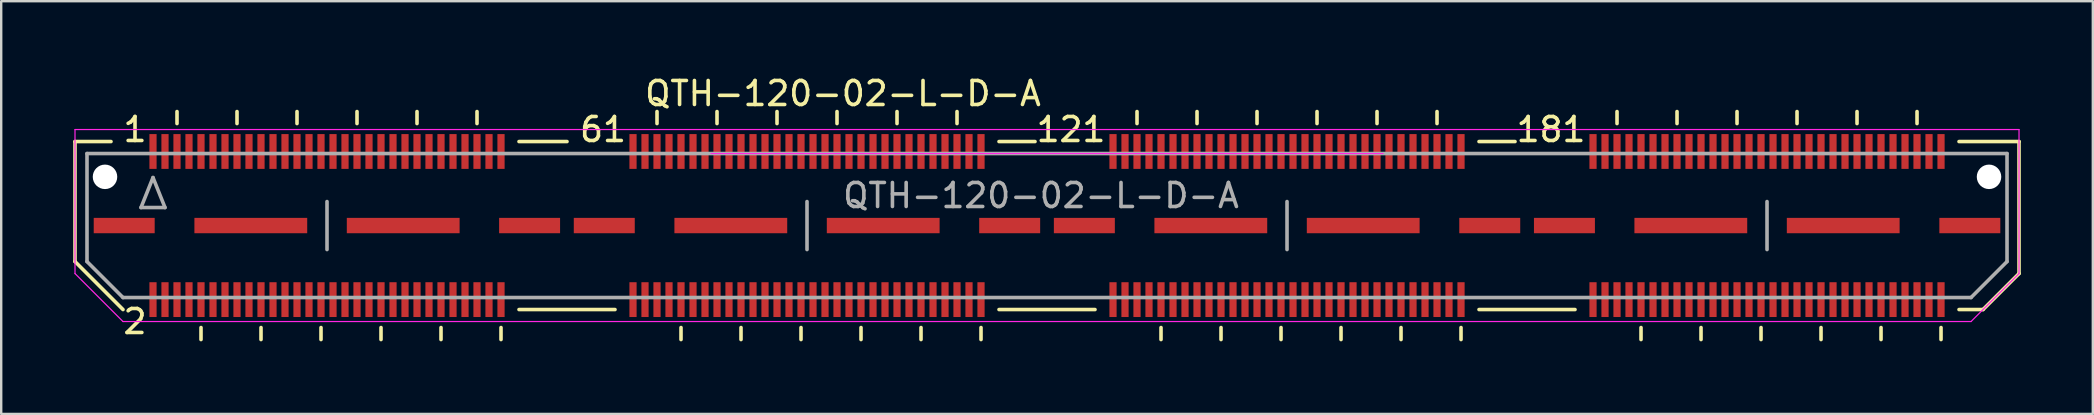
<source format=kicad_pcb>
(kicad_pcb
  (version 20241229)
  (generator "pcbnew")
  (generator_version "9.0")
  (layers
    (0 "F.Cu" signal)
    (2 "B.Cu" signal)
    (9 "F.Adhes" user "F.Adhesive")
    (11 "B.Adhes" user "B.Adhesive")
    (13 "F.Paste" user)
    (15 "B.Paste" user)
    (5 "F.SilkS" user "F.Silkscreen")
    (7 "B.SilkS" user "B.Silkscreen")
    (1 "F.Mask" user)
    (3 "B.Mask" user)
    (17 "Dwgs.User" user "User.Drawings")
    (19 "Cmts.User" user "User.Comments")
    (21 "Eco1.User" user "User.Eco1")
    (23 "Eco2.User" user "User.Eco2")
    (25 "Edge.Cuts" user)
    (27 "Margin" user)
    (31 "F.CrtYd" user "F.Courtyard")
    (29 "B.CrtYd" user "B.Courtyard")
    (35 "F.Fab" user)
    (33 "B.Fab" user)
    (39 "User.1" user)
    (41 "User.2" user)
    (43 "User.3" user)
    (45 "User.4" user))
  (footprint "QTH-120-02-L-D-A"
    (layer "F.Cu")
    (at 40.575 6.348)
    (property "Reference" "QTH-120-02-L-D-A" (at -8.5 -5.5 0) (layer "F.SilkS") (effects (font (size 1 1) (thickness 0.15))))
    (attr smd)
    (fp_line (start -40.5 -3.5) (end -40.5 1.5) (stroke (width 0.15) (type solid)) (layer "F.SilkS"))
    (fp_line (start -40.5 1.5) (end -38.5 3.5) (stroke (width 0.15) (type solid)) (layer "F.SilkS"))
    (fp_line (start -39 -3.5) (end -40.5 -3.5) (stroke (width 0.15) (type solid)) (layer "F.SilkS"))
    (fp_line (start -36.25 -4.25) (end -36.25 -4.75) (stroke (width 0.15) (type solid)) (layer "F.SilkS"))
    (fp_line (start -35.25 4.25) (end -35.25 4.75) (stroke (width 0.15) (type solid)) (layer "F.SilkS"))
    (fp_line (start -33.75 -4.25) (end -33.75 -4.75) (stroke (width 0.15) (type solid)) (layer "F.SilkS"))
    (fp_line (start -32.75 4.25) (end -32.75 4.75) (stroke (width 0.15) (type solid)) (layer "F.SilkS"))
    (fp_line (start -31.25 -4.25) (end -31.25 -4.75) (stroke (width 0.15) (type solid)) (layer "F.SilkS"))
    (fp_line (start -30.25 4.25) (end -30.25 4.75) (stroke (width 0.15) (type solid)) (layer "F.SilkS"))
    (fp_line (start -28.75 -4.25) (end -28.75 -4.75) (stroke (width 0.15) (type solid)) (layer "F.SilkS"))
    (fp_line (start -27.75 4.25) (end -27.75 4.75) (stroke (width 0.15) (type solid)) (layer "F.SilkS"))
    (fp_line (start -26.25 -4.25) (end -26.25 -4.75) (stroke (width 0.15) (type solid)) (layer "F.SilkS"))
    (fp_line (start -25.25 4.25) (end -25.25 4.75) (stroke (width 0.15) (type solid)) (layer "F.SilkS"))
    (fp_line (start -23.75 -4.25) (end -23.75 -4.75) (stroke (width 0.15) (type solid)) (layer "F.SilkS"))
    (fp_line (start -22.75 4.25) (end -22.75 4.75) (stroke (width 0.15) (type solid)) (layer "F.SilkS"))
    (fp_line (start -22 -3.5) (end -20 -3.5) (stroke (width 0.15) (type solid)) (layer "F.SilkS"))
    (fp_line (start -22 3.5) (end -18 3.5) (stroke (width 0.15) (type solid)) (layer "F.SilkS"))
    (fp_line (start -16.25 -4.25) (end -16.25 -4.75) (stroke (width 0.15) (type solid)) (layer "F.SilkS"))
    (fp_line (start -15.25 4.25) (end -15.25 4.75) (stroke (width 0.15) (type solid)) (layer "F.SilkS"))
    (fp_line (start -13.75 -4.25) (end -13.75 -4.75) (stroke (width 0.15) (type solid)) (layer "F.SilkS"))
    (fp_line (start -12.75 4.25) (end -12.75 4.75) (stroke (width 0.15) (type solid)) (layer "F.SilkS"))
    (fp_line (start -11.25 -4.25) (end -11.25 -4.75) (stroke (width 0.15) (type solid)) (layer "F.SilkS"))
    (fp_line (start -10.25 4.25) (end -10.25 4.75) (stroke (width 0.15) (type solid)) (layer "F.SilkS"))
    (fp_line (start -8.75 -4.25) (end -8.75 -4.75) (stroke (width 0.15) (type solid)) (layer "F.SilkS"))
    (fp_line (start -7.75 4.25) (end -7.75 4.75) (stroke (width 0.15) (type solid)) (layer "F.SilkS"))
    (fp_line (start -6.25 -4.25) (end -6.25 -4.75) (stroke (width 0.15) (type solid)) (layer "F.SilkS"))
    (fp_line (start -5.25 4.25) (end -5.25 4.75) (stroke (width 0.15) (type solid)) (layer "F.SilkS"))
    (fp_line (start -3.75 -4.25) (end -3.75 -4.75) (stroke (width 0.15) (type solid)) (layer "F.SilkS"))
    (fp_line (start -2.75 4.75) (end -2.75 4.25) (stroke (width 0.15) (type solid)) (layer "F.SilkS"))
    (fp_line (start -2 -3.5) (end -0.5 -3.5) (stroke (width 0.15) (type solid)) (layer "F.SilkS"))
    (fp_line (start -2 3.5) (end 2 3.5) (stroke (width 0.15) (type solid)) (layer "F.SilkS"))
    (fp_line (start 3.75 -4.25) (end 3.75 -4.75) (stroke (width 0.15) (type solid)) (layer "F.SilkS"))
    (fp_line (start 4.75 4.25) (end 4.75 4.75) (stroke (width 0.15) (type solid)) (layer "F.SilkS"))
    (fp_line (start 6.25 -4.25) (end 6.25 -4.75) (stroke (width 0.15) (type solid)) (layer "F.SilkS"))
    (fp_line (start 7.25 4.25) (end 7.25 4.75) (stroke (width 0.15) (type solid)) (layer "F.SilkS"))
    (fp_line (start 8.75 -4.25) (end 8.75 -4.75) (stroke (width 0.15) (type solid)) (layer "F.SilkS"))
    (fp_line (start 9.75 4.25) (end 9.75 4.75) (stroke (width 0.15) (type solid)) (layer "F.SilkS"))
    (fp_line (start 11.25 -4.25) (end 11.25 -4.75) (stroke (width 0.15) (type solid)) (layer "F.SilkS"))
    (fp_line (start 12.25 4.25) (end 12.25 4.75) (stroke (width 0.15) (type solid)) (layer "F.SilkS"))
    (fp_line (start 13.75 -4.25) (end 13.75 -4.75) (stroke (width 0.15) (type solid)) (layer "F.SilkS"))
    (fp_line (start 14.75 4.25) (end 14.75 4.75) (stroke (width 0.15) (type solid)) (layer "F.SilkS"))
    (fp_line (start 16.25 -4.25) (end 16.25 -4.75) (stroke (width 0.15) (type solid)) (layer "F.SilkS"))
    (fp_line (start 17.25 4.25) (end 17.25 4.75) (stroke (width 0.15) (type solid)) (layer "F.SilkS"))
    (fp_line (start 18 3.5) (end 22 3.5) (stroke (width 0.15) (type solid)) (layer "F.SilkS"))
    (fp_line (start 19.5 -3.5) (end 18 -3.5) (stroke (width 0.15) (type solid)) (layer "F.SilkS"))
    (fp_line (start 23.75 -4.25) (end 23.75 -4.75) (stroke (width 0.15) (type solid)) (layer "F.SilkS"))
    (fp_line (start 24.75 4.25) (end 24.75 4.75) (stroke (width 0.15) (type solid)) (layer "F.SilkS"))
    (fp_line (start 26.25 -4.25) (end 26.25 -4.75) (stroke (width 0.15) (type solid)) (layer "F.SilkS"))
    (fp_line (start 27.25 4.25) (end 27.25 4.75) (stroke (width 0.15) (type solid)) (layer "F.SilkS"))
    (fp_line (start 28.75 -4.25) (end 28.75 -4.75) (stroke (width 0.15) (type solid)) (layer "F.SilkS"))
    (fp_line (start 29.75 4.25) (end 29.75 4.75) (stroke (width 0.15) (type solid)) (layer "F.SilkS"))
    (fp_line (start 31.25 -4.25) (end 31.25 -4.75) (stroke (width 0.15) (type solid)) (layer "F.SilkS"))
    (fp_line (start 32.25 4.25) (end 32.25 4.75) (stroke (width 0.15) (type solid)) (layer "F.SilkS"))
    (fp_line (start 33.75 -4.25) (end 33.75 -4.75) (stroke (width 0.15) (type solid)) (layer "F.SilkS"))
    (fp_line (start 34.75 4.25) (end 34.75 4.75) (stroke (width 0.15) (type solid)) (layer "F.SilkS"))
    (fp_line (start 36.25 -4.25) (end 36.25 -4.75) (stroke (width 0.15) (type solid)) (layer "F.SilkS"))
    (fp_line (start 37.25 4.25) (end 37.25 4.75) (stroke (width 0.15) (type solid)) (layer "F.SilkS"))
    (fp_line (start 38 3.5) (end 39 3.5) (stroke (width 0.15) (type solid)) (layer "F.SilkS"))
    (fp_line (start 39 3.5) (end 40.5 2) (stroke (width 0.15) (type solid)) (layer "F.SilkS"))
    (fp_line (start 40.5 -3.5) (end 38 -3.5) (stroke (width 0.15) (type solid)) (layer "F.SilkS"))
    (fp_line (start 40.5 2) (end 40.5 -3.5) (stroke (width 0.15) (type solid)) (layer "F.SilkS"))
    (fp_line (start -40.5 -4) (end -40.5 2) (stroke (width 0.05) (type solid)) (layer "F.CrtYd"))
    (fp_line (start -40.5 -4) (end 40.5 -4) (stroke (width 0.05) (type solid)) (layer "F.CrtYd"))
    (fp_line (start -40.5 2) (end -38.5 4) (stroke (width 0.05) (type solid)) (layer "F.CrtYd"))
    (fp_line (start -14 -3) (end 14 -3) (stroke (width 0.05) (type solid)) (layer "F.CrtYd"))
    (fp_line (start 38.5 4) (end -38.5 4) (stroke (width 0.05) (type solid)) (layer "F.CrtYd"))
    (fp_line (start 40.5 -4) (end 40.5 2) (stroke (width 0.05) (type solid)) (layer "F.CrtYd"))
    (fp_line (start 40.5 2) (end 38.5 4) (stroke (width 0.05) (type solid)) (layer "F.CrtYd"))
    (fp_line (start -40 -3) (end -40 1.5) (stroke (width 0.15) (type solid)) (layer "F.Fab"))
    (fp_line (start -40 1.5) (end -38.5 3) (stroke (width 0.15) (type solid)) (layer "F.Fab"))
    (fp_line (start -38.5 3) (end 38.5 3) (stroke (width 0.15) (type solid)) (layer "F.Fab"))
    (fp_line (start -37.75 -0.75) (end -36.75 -0.75) (stroke (width 0.15) (type solid)) (layer "F.Fab"))
    (fp_line (start -37.25 -2) (end -37.75 -0.75) (stroke (width 0.15) (type solid)) (layer "F.Fab"))
    (fp_line (start -36.75 -0.75) (end -37.25 -2) (stroke (width 0.15) (type solid)) (layer "F.Fab"))
    (fp_line (start -30 -1) (end -30 1) (stroke (width 0.15) (type solid)) (layer "F.Fab"))
    (fp_line (start -10 -1) (end -10 1) (stroke (width 0.15) (type solid)) (layer "F.Fab"))
    (fp_line (start 10 -1) (end 10 1) (stroke (width 0.15) (type solid)) (layer "F.Fab"))
    (fp_line (start 30 -1) (end 30 1) (stroke (width 0.15) (type solid)) (layer "F.Fab"))
    (fp_line (start 40 -3) (end -40 -3) (stroke (width 0.15) (type solid)) (layer "F.Fab"))
    (fp_line (start 40 1.5) (end 38.5 3) (stroke (width 0.15) (type solid)) (layer "F.Fab"))
    (fp_line (start 40 1.5) (end 40 -3) (stroke (width 0.15) (type solid)) (layer "F.Fab"))
    (fp_text user "2" (at -38 4 0) (layer "F.SilkS") (effects (font (size 1 1) (thickness 0.15))))
    (fp_text user "181" (at 21 -4 0) (layer "F.SilkS") (effects (font (size 1 1) (thickness 0.15))))
    (fp_text user "61" (at -18.5 -4 0) (layer "F.SilkS") (effects (font (size 1 1) (thickness 0.15))))
    (fp_text user "1" (at -38 -4 0) (layer "F.SilkS") (effects (font (size 1 1) (thickness 0.15))))
    (fp_text user "121" (at 1 -4 0) (layer "F.SilkS") (effects (font (size 1 1) (thickness 0.15))))
    (fp_text user "${REFERENCE}" (at -0.25 -1.25 0) (layer "F.Fab") (effects (font (size 1 1) (thickness 0.15))))
    (pad "" np_thru_hole circle (at -39.25 -2.03) (size 1.02 1.02) (drill 1.02) (layers "*.Cu" "*.Mask"))
    (pad "" np_thru_hole circle (at 39.25 -2.03) (size 1.02 1.02) (drill 1.02) (layers "*.Cu" "*.Mask"))
    (pad "1" smd rect (at -37.25 -3.086) (size 0.3 1.45) (layers "F.Cu" "F.Mask" "F.Paste"))
    (pad "2" smd rect (at -37.25 3.086) (size 0.3 1.45) (layers "F.Cu" "F.Mask" "F.Paste"))
    (pad "3" smd rect (at -36.75 -3.086) (size 0.3 1.45) (layers "F.Cu" "F.Mask" "F.Paste"))
    (pad "4" smd rect (at -36.75 3.086) (size 0.3 1.45) (layers "F.Cu" "F.Mask" "F.Paste"))
    (pad "5" smd rect (at -36.25 -3.086) (size 0.3 1.45) (layers "F.Cu" "F.Mask" "F.Paste"))
    (pad "6" smd rect (at -36.25 3.086) (size 0.3 1.45) (layers "F.Cu" "F.Mask" "F.Paste"))
    (pad "7" smd rect (at -35.75 -3.086) (size 0.3 1.45) (layers "F.Cu" "F.Mask" "F.Paste"))
    (pad "8" smd rect (at -35.75 3.086) (size 0.3 1.45) (layers "F.Cu" "F.Mask" "F.Paste"))
    (pad "9" smd rect (at -35.25 -3.086) (size 0.3 1.45) (layers "F.Cu" "F.Mask" "F.Paste"))
    (pad "10" smd rect (at -35.25 3.086) (size 0.3 1.45) (layers "F.Cu" "F.Mask" "F.Paste"))
    (pad "11" smd rect (at -34.75 -3.086) (size 0.3 1.45) (layers "F.Cu" "F.Mask" "F.Paste"))
    (pad "12" smd rect (at -34.75 3.086) (size 0.3 1.45) (layers "F.Cu" "F.Mask" "F.Paste"))
    (pad "13" smd rect (at -34.25 -3.086) (size 0.3 1.45) (layers "F.Cu" "F.Mask" "F.Paste"))
    (pad "14" smd rect (at -34.25 3.086) (size 0.3 1.45) (layers "F.Cu" "F.Mask" "F.Paste"))
    (pad "15" smd rect (at -33.75 -3.086) (size 0.3 1.45) (layers "F.Cu" "F.Mask" "F.Paste"))
    (pad "16" smd rect (at -33.75 3.086) (size 0.3 1.45) (layers "F.Cu" "F.Mask" "F.Paste"))
    (pad "17" smd rect (at -33.25 -3.086) (size 0.3 1.45) (layers "F.Cu" "F.Mask" "F.Paste"))
    (pad "18" smd rect (at -33.25 3.086) (size 0.3 1.45) (layers "F.Cu" "F.Mask" "F.Paste"))
    (pad "19" smd rect (at -32.75 -3.086) (size 0.3 1.45) (layers "F.Cu" "F.Mask" "F.Paste"))
    (pad "20" smd rect (at -32.75 3.086) (size 0.3 1.45) (layers "F.Cu" "F.Mask" "F.Paste"))
    (pad "21" smd rect (at -32.25 -3.086) (size 0.3 1.45) (layers "F.Cu" "F.Mask" "F.Paste"))
    (pad "22" smd rect (at -32.25 3.086) (size 0.3 1.45) (layers "F.Cu" "F.Mask" "F.Paste"))
    (pad "23" smd rect (at -31.75 -3.086) (size 0.3 1.45) (layers "F.Cu" "F.Mask" "F.Paste"))
    (pad "24" smd rect (at -31.75 3.086) (size 0.3 1.45) (layers "F.Cu" "F.Mask" "F.Paste"))
    (pad "25" smd rect (at -31.25 -3.086) (size 0.3 1.45) (layers "F.Cu" "F.Mask" "F.Paste"))
    (pad "26" smd rect (at -31.25 3.086) (size 0.3 1.45) (layers "F.Cu" "F.Mask" "F.Paste"))
    (pad "27" smd rect (at -30.75 -3.086) (size 0.3 1.45) (layers "F.Cu" "F.Mask" "F.Paste"))
    (pad "28" smd rect (at -30.75 3.086) (size 0.3 1.45) (layers "F.Cu" "F.Mask" "F.Paste"))
    (pad "29" smd rect (at -30.25 -3.086) (size 0.3 1.45) (layers "F.Cu" "F.Mask" "F.Paste"))
    (pad "30" smd rect (at -30.25 3.086) (size 0.3 1.45) (layers "F.Cu" "F.Mask" "F.Paste"))
    (pad "31" smd rect (at -29.75 -3.086) (size 0.3 1.45) (layers "F.Cu" "F.Mask" "F.Paste"))
    (pad "32" smd rect (at -29.75 3.086) (size 0.3 1.45) (layers "F.Cu" "F.Mask" "F.Paste"))
    (pad "33" smd rect (at -29.25 -3.086) (size 0.3 1.45) (layers "F.Cu" "F.Mask" "F.Paste"))
    (pad "34" smd rect (at -29.25 3.086) (size 0.3 1.45) (layers "F.Cu" "F.Mask" "F.Paste"))
    (pad "35" smd rect (at -28.75 -3.086) (size 0.3 1.45) (layers "F.Cu" "F.Mask" "F.Paste"))
    (pad "36" smd rect (at -28.75 3.086) (size 0.3 1.45) (layers "F.Cu" "F.Mask" "F.Paste"))
    (pad "37" smd rect (at -28.25 -3.086) (size 0.3 1.45) (layers "F.Cu" "F.Mask" "F.Paste"))
    (pad "38" smd rect (at -28.25 3.086) (size 0.3 1.45) (layers "F.Cu" "F.Mask" "F.Paste"))
    (pad "39" smd rect (at -27.75 -3.086) (size 0.3 1.45) (layers "F.Cu" "F.Mask" "F.Paste"))
    (pad "40" smd rect (at -27.75 3.086) (size 0.3 1.45) (layers "F.Cu" "F.Mask" "F.Paste"))
    (pad "41" smd rect (at -27.25 -3.086) (size 0.3 1.45) (layers "F.Cu" "F.Mask" "F.Paste"))
    (pad "42" smd rect (at -27.25 3.086) (size 0.3 1.45) (layers "F.Cu" "F.Mask" "F.Paste"))
    (pad "43" smd rect (at -26.75 -3.086) (size 0.3 1.45) (layers "F.Cu" "F.Mask" "F.Paste"))
    (pad "44" smd rect (at -26.75 3.086) (size 0.3 1.45) (layers "F.Cu" "F.Mask" "F.Paste"))
    (pad "45" smd rect (at -26.25 -3.086) (size 0.3 1.45) (layers "F.Cu" "F.Mask" "F.Paste"))
    (pad "46" smd rect (at -26.25 3.086) (size 0.3 1.45) (layers "F.Cu" "F.Mask" "F.Paste"))
    (pad "47" smd rect (at -25.75 -3.086) (size 0.3 1.45) (layers "F.Cu" "F.Mask" "F.Paste"))
    (pad "48" smd rect (at -25.75 3.086) (size 0.3 1.45) (layers "F.Cu" "F.Mask" "F.Paste"))
    (pad "49" smd rect (at -25.25 -3.086) (size 0.3 1.45) (layers "F.Cu" "F.Mask" "F.Paste"))
    (pad "50" smd rect (at -25.25 3.086) (size 0.3 1.45) (layers "F.Cu" "F.Mask" "F.Paste"))
    (pad "51" smd rect (at -24.75 -3.086) (size 0.3 1.45) (layers "F.Cu" "F.Mask" "F.Paste"))
    (pad "52" smd rect (at -24.75 3.086) (size 0.3 1.45) (layers "F.Cu" "F.Mask" "F.Paste"))
    (pad "53" smd rect (at -24.25 -3.086) (size 0.3 1.45) (layers "F.Cu" "F.Mask" "F.Paste"))
    (pad "54" smd rect (at -24.25 3.086) (size 0.3 1.45) (layers "F.Cu" "F.Mask" "F.Paste"))
    (pad "55" smd rect (at -23.75 -3.086) (size 0.3 1.45) (layers "F.Cu" "F.Mask" "F.Paste"))
    (pad "56" smd rect (at -23.75 3.086) (size 0.3 1.45) (layers "F.Cu" "F.Mask" "F.Paste"))
    (pad "57" smd rect (at -23.25 -3.086) (size 0.3 1.45) (layers "F.Cu" "F.Mask" "F.Paste"))
    (pad "58" smd rect (at -23.25 3.086) (size 0.3 1.45) (layers "F.Cu" "F.Mask" "F.Paste"))
    (pad "59" smd rect (at -22.75 -3.086) (size 0.3 1.45) (layers "F.Cu" "F.Mask" "F.Paste"))
    (pad "60" smd rect (at -22.75 3.086) (size 0.3 1.45) (layers "F.Cu" "F.Mask" "F.Paste"))
    (pad "61" smd rect (at -17.25 -3.086) (size 0.3 1.45) (layers "F.Cu" "F.Mask" "F.Paste"))
    (pad "62" smd rect (at -17.25 3.086) (size 0.3 1.45) (layers "F.Cu" "F.Mask" "F.Paste"))
    (pad "63" smd rect (at -16.75 -3.086) (size 0.3 1.45) (layers "F.Cu" "F.Mask" "F.Paste"))
    (pad "64" smd rect (at -16.75 3.086) (size 0.3 1.45) (layers "F.Cu" "F.Mask" "F.Paste"))
    (pad "65" smd rect (at -16.25 -3.086) (size 0.3 1.45) (layers "F.Cu" "F.Mask" "F.Paste"))
    (pad "66" smd rect (at -16.25 3.086) (size 0.3 1.45) (layers "F.Cu" "F.Mask" "F.Paste"))
    (pad "67" smd rect (at -15.75 -3.086) (size 0.3 1.45) (layers "F.Cu" "F.Mask" "F.Paste"))
    (pad "68" smd rect (at -15.75 3.086) (size 0.3 1.45) (layers "F.Cu" "F.Mask" "F.Paste"))
    (pad "69" smd rect (at -15.25 -3.086) (size 0.3 1.45) (layers "F.Cu" "F.Mask" "F.Paste"))
    (pad "70" smd rect (at -15.25 3.086) (size 0.3 1.45) (layers "F.Cu" "F.Mask" "F.Paste"))
    (pad "71" smd rect (at -14.75 -3.086) (size 0.3 1.45) (layers "F.Cu" "F.Mask" "F.Paste"))
    (pad "72" smd rect (at -14.75 3.086) (size 0.3 1.45) (layers "F.Cu" "F.Mask" "F.Paste"))
    (pad "73" smd rect (at -14.25 -3.086) (size 0.3 1.45) (layers "F.Cu" "F.Mask" "F.Paste"))
    (pad "74" smd rect (at -14.25 3.086) (size 0.3 1.45) (layers "F.Cu" "F.Mask" "F.Paste"))
    (pad "75" smd rect (at -13.75 -3.086) (size 0.3 1.45) (layers "F.Cu" "F.Mask" "F.Paste"))
    (pad "76" smd rect (at -13.75 3.086) (size 0.3 1.45) (layers "F.Cu" "F.Mask" "F.Paste"))
    (pad "77" smd rect (at -13.25 -3.086) (size 0.3 1.45) (layers "F.Cu" "F.Mask" "F.Paste"))
    (pad "78" smd rect (at -13.25 3.086) (size 0.3 1.45) (layers "F.Cu" "F.Mask" "F.Paste"))
    (pad "79" smd rect (at -12.75 -3.086) (size 0.3 1.45) (layers "F.Cu" "F.Mask" "F.Paste"))
    (pad "80" smd rect (at -12.75 3.086) (size 0.3 1.45) (layers "F.Cu" "F.Mask" "F.Paste"))
    (pad "81" smd rect (at -12.25 -3.086) (size 0.3 1.45) (layers "F.Cu" "F.Mask" "F.Paste"))
    (pad "82" smd rect (at -12.25 3.086) (size 0.3 1.45) (layers "F.Cu" "F.Mask" "F.Paste"))
    (pad "83" smd rect (at -11.75 -3.086) (size 0.3 1.45) (layers "F.Cu" "F.Mask" "F.Paste"))
    (pad "84" smd rect (at -11.75 3.086) (size 0.3 1.45) (layers "F.Cu" "F.Mask" "F.Paste"))
    (pad "85" smd rect (at -11.25 -3.086) (size 0.3 1.45) (layers "F.Cu" "F.Mask" "F.Paste"))
    (pad "86" smd rect (at -11.25 3.086) (size 0.3 1.45) (layers "F.Cu" "F.Mask" "F.Paste"))
    (pad "87" smd rect (at -10.75 -3.086) (size 0.3 1.45) (layers "F.Cu" "F.Mask" "F.Paste"))
    (pad "88" smd rect (at -10.75 3.086) (size 0.3 1.45) (layers "F.Cu" "F.Mask" "F.Paste"))
    (pad "89" smd rect (at -10.25 -3.086) (size 0.3 1.45) (layers "F.Cu" "F.Mask" "F.Paste"))
    (pad "90" smd rect (at -10.25 3.086) (size 0.3 1.45) (layers "F.Cu" "F.Mask" "F.Paste"))
    (pad "91" smd rect (at -9.75 -3.086) (size 0.3 1.45) (layers "F.Cu" "F.Mask" "F.Paste"))
    (pad "92" smd rect (at -9.75 3.086) (size 0.3 1.45) (layers "F.Cu" "F.Mask" "F.Paste"))
    (pad "93" smd rect (at -9.25 -3.086) (size 0.3 1.45) (layers "F.Cu" "F.Mask" "F.Paste"))
    (pad "94" smd rect (at -9.25 3.086) (size 0.3 1.45) (layers "F.Cu" "F.Mask" "F.Paste"))
    (pad "95" smd rect (at -8.75 -3.086) (size 0.3 1.45) (layers "F.Cu" "F.Mask" "F.Paste"))
    (pad "96" smd rect (at -8.75 3.086) (size 0.3 1.45) (layers "F.Cu" "F.Mask" "F.Paste"))
    (pad "97" smd rect (at -8.25 -3.086) (size 0.3 1.45) (layers "F.Cu" "F.Mask" "F.Paste"))
    (pad "98" smd rect (at -8.25 3.086) (size 0.3 1.45) (layers "F.Cu" "F.Mask" "F.Paste"))
    (pad "99" smd rect (at -7.75 -3.086) (size 0.3 1.45) (layers "F.Cu" "F.Mask" "F.Paste"))
    (pad "100" smd rect (at -7.75 3.086) (size 0.3 1.45) (layers "F.Cu" "F.Mask" "F.Paste"))
    (pad "101" smd rect (at -7.25 -3.086) (size 0.3 1.45) (layers "F.Cu" "F.Mask" "F.Paste"))
    (pad "102" smd rect (at -7.25 3.086) (size 0.3 1.45) (layers "F.Cu" "F.Mask" "F.Paste"))
    (pad "103" smd rect (at -6.75 -3.086) (size 0.3 1.45) (layers "F.Cu" "F.Mask" "F.Paste"))
    (pad "104" smd rect (at -6.75 3.086) (size 0.3 1.45) (layers "F.Cu" "F.Mask" "F.Paste"))
    (pad "105" smd rect (at -6.25 -3.086) (size 0.3 1.45) (layers "F.Cu" "F.Mask" "F.Paste"))
    (pad "106" smd rect (at -6.25 3.086) (size 0.3 1.45) (layers "F.Cu" "F.Mask" "F.Paste"))
    (pad "107" smd rect (at -5.75 -3.086) (size 0.3 1.45) (layers "F.Cu" "F.Mask" "F.Paste"))
    (pad "108" smd rect (at -5.75 3.086) (size 0.3 1.45) (layers "F.Cu" "F.Mask" "F.Paste"))
    (pad "109" smd rect (at -5.25 -3.086) (size 0.3 1.45) (layers "F.Cu" "F.Mask" "F.Paste"))
    (pad "110" smd rect (at -5.25 3.086) (size 0.3 1.45) (layers "F.Cu" "F.Mask" "F.Paste"))
    (pad "111" smd rect (at -4.75 -3.086) (size 0.3 1.45) (layers "F.Cu" "F.Mask" "F.Paste"))
    (pad "112" smd rect (at -4.75 3.086) (size 0.3 1.45) (layers "F.Cu" "F.Mask" "F.Paste"))
    (pad "113" smd rect (at -4.25 -3.086) (size 0.3 1.45) (layers "F.Cu" "F.Mask" "F.Paste"))
    (pad "114" smd rect (at -4.25 3.086) (size 0.3 1.45) (layers "F.Cu" "F.Mask" "F.Paste"))
    (pad "115" smd rect (at -3.75 -3.086) (size 0.3 1.45) (layers "F.Cu" "F.Mask" "F.Paste"))
    (pad "116" smd rect (at -3.75 3.086) (size 0.3 1.45) (layers "F.Cu" "F.Mask" "F.Paste"))
    (pad "117" smd rect (at -3.25 -3.086) (size 0.3 1.45) (layers "F.Cu" "F.Mask" "F.Paste"))
    (pad "118" smd rect (at -3.25 3.086) (size 0.3 1.45) (layers "F.Cu" "F.Mask" "F.Paste"))
    (pad "119" smd rect (at -2.75 -3.086) (size 0.3 1.45) (layers "F.Cu" "F.Mask" "F.Paste"))
    (pad "120" smd rect (at -2.75 3.086) (size 0.3 1.45) (layers "F.Cu" "F.Mask" "F.Paste"))
    (pad "121" smd rect (at 2.75 -3.086) (size 0.3 1.45) (layers "F.Cu" "F.Mask" "F.Paste"))
    (pad "122" smd rect (at 2.75 3.086) (size 0.3 1.45) (layers "F.Cu" "F.Mask" "F.Paste"))
    (pad "123" smd rect (at 3.25 -3.086) (size 0.3 1.45) (layers "F.Cu" "F.Mask" "F.Paste"))
    (pad "124" smd rect (at 3.25 3.086) (size 0.3 1.45) (layers "F.Cu" "F.Mask" "F.Paste"))
    (pad "125" smd rect (at 3.75 -3.086) (size 0.3 1.45) (layers "F.Cu" "F.Mask" "F.Paste"))
    (pad "126" smd rect (at 3.75 3.086) (size 0.3 1.45) (layers "F.Cu" "F.Mask" "F.Paste"))
    (pad "127" smd rect (at 4.25 -3.086) (size 0.3 1.45) (layers "F.Cu" "F.Mask" "F.Paste"))
    (pad "128" smd rect (at 4.25 3.086) (size 0.3 1.45) (layers "F.Cu" "F.Mask" "F.Paste"))
    (pad "129" smd rect (at 4.75 -3.086) (size 0.3 1.45) (layers "F.Cu" "F.Mask" "F.Paste"))
    (pad "130" smd rect (at 4.75 3.086) (size 0.3 1.45) (layers "F.Cu" "F.Mask" "F.Paste"))
    (pad "131" smd rect (at 5.25 -3.086) (size 0.3 1.45) (layers "F.Cu" "F.Mask" "F.Paste"))
    (pad "132" smd rect (at 5.25 3.086) (size 0.3 1.45) (layers "F.Cu" "F.Mask" "F.Paste"))
    (pad "133" smd rect (at 5.75 -3.086) (size 0.3 1.45) (layers "F.Cu" "F.Mask" "F.Paste"))
    (pad "134" smd rect (at 5.75 3.086) (size 0.3 1.45) (layers "F.Cu" "F.Mask" "F.Paste"))
    (pad "135" smd rect (at 6.25 -3.086) (size 0.3 1.45) (layers "F.Cu" "F.Mask" "F.Paste"))
    (pad "136" smd rect (at 6.25 3.086) (size 0.3 1.45) (layers "F.Cu" "F.Mask" "F.Paste"))
    (pad "137" smd rect (at 6.75 -3.086) (size 0.3 1.45) (layers "F.Cu" "F.Mask" "F.Paste"))
    (pad "138" smd rect (at 6.75 3.086) (size 0.3 1.45) (layers "F.Cu" "F.Mask" "F.Paste"))
    (pad "139" smd rect (at 7.25 -3.086) (size 0.3 1.45) (layers "F.Cu" "F.Mask" "F.Paste"))
    (pad "140" smd rect (at 7.25 3.086) (size 0.3 1.45) (layers "F.Cu" "F.Mask" "F.Paste"))
    (pad "141" smd rect (at 7.75 -3.086) (size 0.3 1.45) (layers "F.Cu" "F.Mask" "F.Paste"))
    (pad "142" smd rect (at 7.75 3.086) (size 0.3 1.45) (layers "F.Cu" "F.Mask" "F.Paste"))
    (pad "143" smd rect (at 8.25 -3.086) (size 0.3 1.45) (layers "F.Cu" "F.Mask" "F.Paste"))
    (pad "144" smd rect (at 8.25 3.086) (size 0.3 1.45) (layers "F.Cu" "F.Mask" "F.Paste"))
    (pad "145" smd rect (at 8.75 -3.086) (size 0.3 1.45) (layers "F.Cu" "F.Mask" "F.Paste"))
    (pad "146" smd rect (at 8.75 3.086) (size 0.3 1.45) (layers "F.Cu" "F.Mask" "F.Paste"))
    (pad "147" smd rect (at 9.25 -3.086) (size 0.3 1.45) (layers "F.Cu" "F.Mask" "F.Paste"))
    (pad "148" smd rect (at 9.25 3.086) (size 0.3 1.45) (layers "F.Cu" "F.Mask" "F.Paste"))
    (pad "149" smd rect (at 9.75 -3.086) (size 0.3 1.45) (layers "F.Cu" "F.Mask" "F.Paste"))
    (pad "150" smd rect (at 9.75 3.086) (size 0.3 1.45) (layers "F.Cu" "F.Mask" "F.Paste"))
    (pad "151" smd rect (at 10.25 -3.086) (size 0.3 1.45) (layers "F.Cu" "F.Mask" "F.Paste"))
    (pad "152" smd rect (at 10.25 3.086) (size 0.3 1.45) (layers "F.Cu" "F.Mask" "F.Paste"))
    (pad "153" smd rect (at 10.75 -3.086) (size 0.3 1.45) (layers "F.Cu" "F.Mask" "F.Paste"))
    (pad "154" smd rect (at 10.75 3.086) (size 0.3 1.45) (layers "F.Cu" "F.Mask" "F.Paste"))
    (pad "155" smd rect (at 11.25 -3.086) (size 0.3 1.45) (layers "F.Cu" "F.Mask" "F.Paste"))
    (pad "156" smd rect (at 11.25 3.086) (size 0.3 1.45) (layers "F.Cu" "F.Mask" "F.Paste"))
    (pad "157" smd rect (at 11.75 -3.086) (size 0.3 1.45) (layers "F.Cu" "F.Mask" "F.Paste"))
    (pad "158" smd rect (at 11.75 3.086) (size 0.3 1.45) (layers "F.Cu" "F.Mask" "F.Paste"))
    (pad "159" smd rect (at 12.25 -3.086) (size 0.3 1.45) (layers "F.Cu" "F.Mask" "F.Paste"))
    (pad "160" smd rect (at 12.25 3.086) (size 0.3 1.45) (layers "F.Cu" "F.Mask" "F.Paste"))
    (pad "161" smd rect (at 12.75 -3.086) (size 0.3 1.45) (layers "F.Cu" "F.Mask" "F.Paste"))
    (pad "162" smd rect (at 12.75 3.086) (size 0.3 1.45) (layers "F.Cu" "F.Mask" "F.Paste"))
    (pad "163" smd rect (at 13.25 -3.086) (size 0.3 1.45) (layers "F.Cu" "F.Mask" "F.Paste"))
    (pad "164" smd rect (at 13.25 3.086) (size 0.3 1.45) (layers "F.Cu" "F.Mask" "F.Paste"))
    (pad "165" smd rect (at 13.75 -3.086) (size 0.3 1.45) (layers "F.Cu" "F.Mask" "F.Paste"))
    (pad "166" smd rect (at 13.75 3.086) (size 0.3 1.45) (layers "F.Cu" "F.Mask" "F.Paste"))
    (pad "167" smd rect (at 14.25 -3.086) (size 0.3 1.45) (layers "F.Cu" "F.Mask" "F.Paste"))
    (pad "168" smd rect (at 14.25 3.086) (size 0.3 1.45) (layers "F.Cu" "F.Mask" "F.Paste"))
    (pad "169" smd rect (at 14.75 -3.086) (size 0.3 1.45) (layers "F.Cu" "F.Mask" "F.Paste"))
    (pad "170" smd rect (at 14.75 3.086) (size 0.3 1.45) (layers "F.Cu" "F.Mask" "F.Paste"))
    (pad "171" smd rect (at 15.25 -3.086) (size 0.3 1.45) (layers "F.Cu" "F.Mask" "F.Paste"))
    (pad "172" smd rect (at 15.25 3.086) (size 0.3 1.45) (layers "F.Cu" "F.Mask" "F.Paste"))
    (pad "173" smd rect (at 15.75 -3.086) (size 0.3 1.45) (layers "F.Cu" "F.Mask" "F.Paste"))
    (pad "174" smd rect (at 15.75 3.086) (size 0.3 1.45) (layers "F.Cu" "F.Mask" "F.Paste"))
    (pad "175" smd rect (at 16.25 -3.086) (size 0.3 1.45) (layers "F.Cu" "F.Mask" "F.Paste"))
    (pad "176" smd rect (at 16.25 3.086) (size 0.3 1.45) (layers "F.Cu" "F.Mask" "F.Paste"))
    (pad "177" smd rect (at 16.75 -3.086) (size 0.3 1.45) (layers "F.Cu" "F.Mask" "F.Paste"))
    (pad "178" smd rect (at 16.75 3.086) (size 0.3 1.45) (layers "F.Cu" "F.Mask" "F.Paste"))
    (pad "179" smd rect (at 17.25 -3.086) (size 0.3 1.45) (layers "F.Cu" "F.Mask" "F.Paste"))
    (pad "180" smd rect (at 17.25 3.086) (size 0.3 1.45) (layers "F.Cu" "F.Mask" "F.Paste"))
    (pad "181" smd rect (at 22.75 -3.086) (size 0.3 1.45) (layers "F.Cu" "F.Mask" "F.Paste"))
    (pad "182" smd rect (at 22.75 3.086) (size 0.3 1.45) (layers "F.Cu" "F.Mask" "F.Paste"))
    (pad "183" smd rect (at 23.25 -3.086) (size 0.3 1.45) (layers "F.Cu" "F.Mask" "F.Paste"))
    (pad "184" smd rect (at 23.25 3.086) (size 0.3 1.45) (layers "F.Cu" "F.Mask" "F.Paste"))
    (pad "185" smd rect (at 23.75 -3.086) (size 0.3 1.45) (layers "F.Cu" "F.Mask" "F.Paste"))
    (pad "186" smd rect (at 23.75 3.086) (size 0.3 1.45) (layers "F.Cu" "F.Mask" "F.Paste"))
    (pad "187" smd rect (at 24.25 -3.086) (size 0.3 1.45) (layers "F.Cu" "F.Mask" "F.Paste"))
    (pad "188" smd rect (at 24.25 3.086) (size 0.3 1.45) (layers "F.Cu" "F.Mask" "F.Paste"))
    (pad "189" smd rect (at 24.75 -3.086) (size 0.3 1.45) (layers "F.Cu" "F.Mask" "F.Paste"))
    (pad "190" smd rect (at 24.75 3.086) (size 0.3 1.45) (layers "F.Cu" "F.Mask" "F.Paste"))
    (pad "191" smd rect (at 25.25 -3.086) (size 0.3 1.45) (layers "F.Cu" "F.Mask" "F.Paste"))
    (pad "192" smd rect (at 25.25 3.086) (size 0.3 1.45) (layers "F.Cu" "F.Mask" "F.Paste"))
    (pad "193" smd rect (at 25.75 -3.086) (size 0.3 1.45) (layers "F.Cu" "F.Mask" "F.Paste"))
    (pad "194" smd rect (at 25.75 3.086) (size 0.3 1.45) (layers "F.Cu" "F.Mask" "F.Paste"))
    (pad "195" smd rect (at 26.25 -3.086) (size 0.3 1.45) (layers "F.Cu" "F.Mask" "F.Paste"))
    (pad "196" smd rect (at 26.25 3.086) (size 0.3 1.45) (layers "F.Cu" "F.Mask" "F.Paste"))
    (pad "197" smd rect (at 26.75 -3.086) (size 0.3 1.45) (layers "F.Cu" "F.Mask" "F.Paste"))
    (pad "198" smd rect (at 26.75 3.086) (size 0.3 1.45) (layers "F.Cu" "F.Mask" "F.Paste"))
    (pad "199" smd rect (at 27.25 -3.086) (size 0.3 1.45) (layers "F.Cu" "F.Mask" "F.Paste"))
    (pad "200" smd rect (at 27.25 3.086) (size 0.3 1.45) (layers "F.Cu" "F.Mask" "F.Paste"))
    (pad "201" smd rect (at 27.75 -3.086) (size 0.3 1.45) (layers "F.Cu" "F.Mask" "F.Paste"))
    (pad "202" smd rect (at 27.75 3.086) (size 0.3 1.45) (layers "F.Cu" "F.Mask" "F.Paste"))
    (pad "203" smd rect (at 28.25 -3.086) (size 0.3 1.45) (layers "F.Cu" "F.Mask" "F.Paste"))
    (pad "204" smd rect (at 28.25 3.086) (size 0.3 1.45) (layers "F.Cu" "F.Mask" "F.Paste"))
    (pad "205" smd rect (at 28.75 -3.086) (size 0.3 1.45) (layers "F.Cu" "F.Mask" "F.Paste"))
    (pad "206" smd rect (at 28.75 3.086) (size 0.3 1.45) (layers "F.Cu" "F.Mask" "F.Paste"))
    (pad "207" smd rect (at 29.25 -3.086) (size 0.3 1.45) (layers "F.Cu" "F.Mask" "F.Paste"))
    (pad "208" smd rect (at 29.25 3.086) (size 0.3 1.45) (layers "F.Cu" "F.Mask" "F.Paste"))
    (pad "209" smd rect (at 29.75 -3.086) (size 0.3 1.45) (layers "F.Cu" "F.Mask" "F.Paste"))
    (pad "210" smd rect (at 29.75 3.086) (size 0.3 1.45) (layers "F.Cu" "F.Mask" "F.Paste"))
    (pad "211" smd rect (at 30.25 -3.086) (size 0.3 1.45) (layers "F.Cu" "F.Mask" "F.Paste"))
    (pad "212" smd rect (at 30.25 3.086) (size 0.3 1.45) (layers "F.Cu" "F.Mask" "F.Paste"))
    (pad "213" smd rect (at 30.75 -3.086) (size 0.3 1.45) (layers "F.Cu" "F.Mask" "F.Paste"))
    (pad "214" smd rect (at 30.75 3.086) (size 0.3 1.45) (layers "F.Cu" "F.Mask" "F.Paste"))
    (pad "215" smd rect (at 31.25 -3.086) (size 0.3 1.45) (layers "F.Cu" "F.Mask" "F.Paste"))
    (pad "216" smd rect (at 31.25 3.086) (size 0.3 1.45) (layers "F.Cu" "F.Mask" "F.Paste"))
    (pad "217" smd rect (at 31.75 -3.086) (size 0.3 1.45) (layers "F.Cu" "F.Mask" "F.Paste"))
    (pad "218" smd rect (at 31.75 3.086) (size 0.3 1.45) (layers "F.Cu" "F.Mask" "F.Paste"))
    (pad "219" smd rect (at 32.25 -3.086) (size 0.3 1.45) (layers "F.Cu" "F.Mask" "F.Paste"))
    (pad "220" smd rect (at 32.25 3.086) (size 0.3 1.45) (layers "F.Cu" "F.Mask" "F.Paste"))
    (pad "221" smd rect (at 32.75 -3.086) (size 0.3 1.45) (layers "F.Cu" "F.Mask" "F.Paste"))
    (pad "222" smd rect (at 32.75 3.086) (size 0.3 1.45) (layers "F.Cu" "F.Mask" "F.Paste"))
    (pad "223" smd rect (at 33.25 -3.086) (size 0.3 1.45) (layers "F.Cu" "F.Mask" "F.Paste"))
    (pad "224" smd rect (at 33.25 3.086) (size 0.3 1.45) (layers "F.Cu" "F.Mask" "F.Paste"))
    (pad "225" smd rect (at 33.75 -3.086) (size 0.3 1.45) (layers "F.Cu" "F.Mask" "F.Paste"))
    (pad "226" smd rect (at 33.75 3.086) (size 0.3 1.45) (layers "F.Cu" "F.Mask" "F.Paste"))
    (pad "227" smd rect (at 34.25 -3.086) (size 0.3 1.45) (layers "F.Cu" "F.Mask" "F.Paste"))
    (pad "228" smd rect (at 34.25 3.086) (size 0.3 1.45) (layers "F.Cu" "F.Mask" "F.Paste"))
    (pad "229" smd rect (at 34.75 -3.086) (size 0.3 1.45) (layers "F.Cu" "F.Mask" "F.Paste"))
    (pad "230" smd rect (at 34.75 3.086) (size 0.3 1.45) (layers "F.Cu" "F.Mask" "F.Paste"))
    (pad "231" smd rect (at 35.25 -3.086) (size 0.3 1.45) (layers "F.Cu" "F.Mask" "F.Paste"))
    (pad "232" smd rect (at 35.25 3.086) (size 0.3 1.45) (layers "F.Cu" "F.Mask" "F.Paste"))
    (pad "233" smd rect (at 35.75 -3.086) (size 0.3 1.45) (layers "F.Cu" "F.Mask" "F.Paste"))
    (pad "234" smd rect (at 35.75 3.086) (size 0.3 1.45) (layers "F.Cu" "F.Mask" "F.Paste"))
    (pad "235" smd rect (at 36.25 -3.086) (size 0.3 1.45) (layers "F.Cu" "F.Mask" "F.Paste"))
    (pad "236" smd rect (at 36.25 3.086) (size 0.3 1.45) (layers "F.Cu" "F.Mask" "F.Paste"))
    (pad "237" smd rect (at 36.75 -3.086) (size 0.3 1.45) (layers "F.Cu" "F.Mask" "F.Paste"))
    (pad "238" smd rect (at 36.75 3.086) (size 0.3 1.45) (layers "F.Cu" "F.Mask" "F.Paste"))
    (pad "239" smd rect (at 37.25 -3.086) (size 0.3 1.45) (layers "F.Cu" "F.Mask" "F.Paste"))
    (pad "240" smd rect (at 37.25 3.086) (size 0.3 1.45) (layers "F.Cu" "F.Mask" "F.Paste"))
    (pad "241" smd rect (at -38.45 0) (size 2.54 0.64) (layers "F.Cu" "F.Mask" "F.Paste"))
    (pad "242" smd rect (at -33.175 0) (size 4.7 0.64) (layers "F.Cu" "F.Mask" "F.Paste"))
    (pad "243" smd rect (at -26.825 0) (size 4.7 0.64) (layers "F.Cu" "F.Mask" "F.Paste"))
    (pad "244" smd rect (at -21.559 0) (size 2.54 0.64) (layers "F.Cu" "F.Mask" "F.Paste"))
    (pad "245" smd rect (at -18.447 0) (size 2.54 0.64) (layers "F.Cu" "F.Mask" "F.Paste"))
    (pad "246" smd rect (at -13.175 0) (size 4.7 0.64) (layers "F.Cu" "F.Mask" "F.Paste"))
    (pad "247" smd rect (at -6.825 0) (size 4.7 0.64) (layers "F.Cu" "F.Mask" "F.Paste"))
    (pad "248" smd rect (at -1.556 0) (size 2.54 0.64) (layers "F.Cu" "F.Mask" "F.Paste"))
    (pad "249" smd rect (at 1.556 0) (size 2.54 0.64) (layers "F.Cu" "F.Mask" "F.Paste"))
    (pad "250" smd rect (at 6.825 0) (size 4.7 0.64) (layers "F.Cu" "F.Mask" "F.Paste"))
    (pad "251" smd rect (at 13.175 0) (size 4.7 0.64) (layers "F.Cu" "F.Mask" "F.Paste"))
    (pad "252" smd rect (at 18.447 0) (size 2.54 0.64) (layers "F.Cu" "F.Mask" "F.Paste"))
    (pad "253" smd rect (at 21.559 0) (size 2.54 0.64) (layers "F.Cu" "F.Mask" "F.Paste"))
    (pad "254" smd rect (at 26.825 0) (size 4.7 0.64) (layers "F.Cu" "F.Mask" "F.Paste"))
    (pad "255" smd rect (at 33.175 0) (size 4.7 0.64) (layers "F.Cu" "F.Mask" "F.Paste"))
    (pad "256" smd rect (at 38.45 0) (size 2.54 0.64) (layers "F.Cu" "F.Mask" "F.Paste")))
  (gr_rect
    (start -3 -3)
    (end 84.15 14.197)
    (stroke (width 0.1) (type default))
    (fill no)
    (layer "Edge.Cuts")))
</source>
